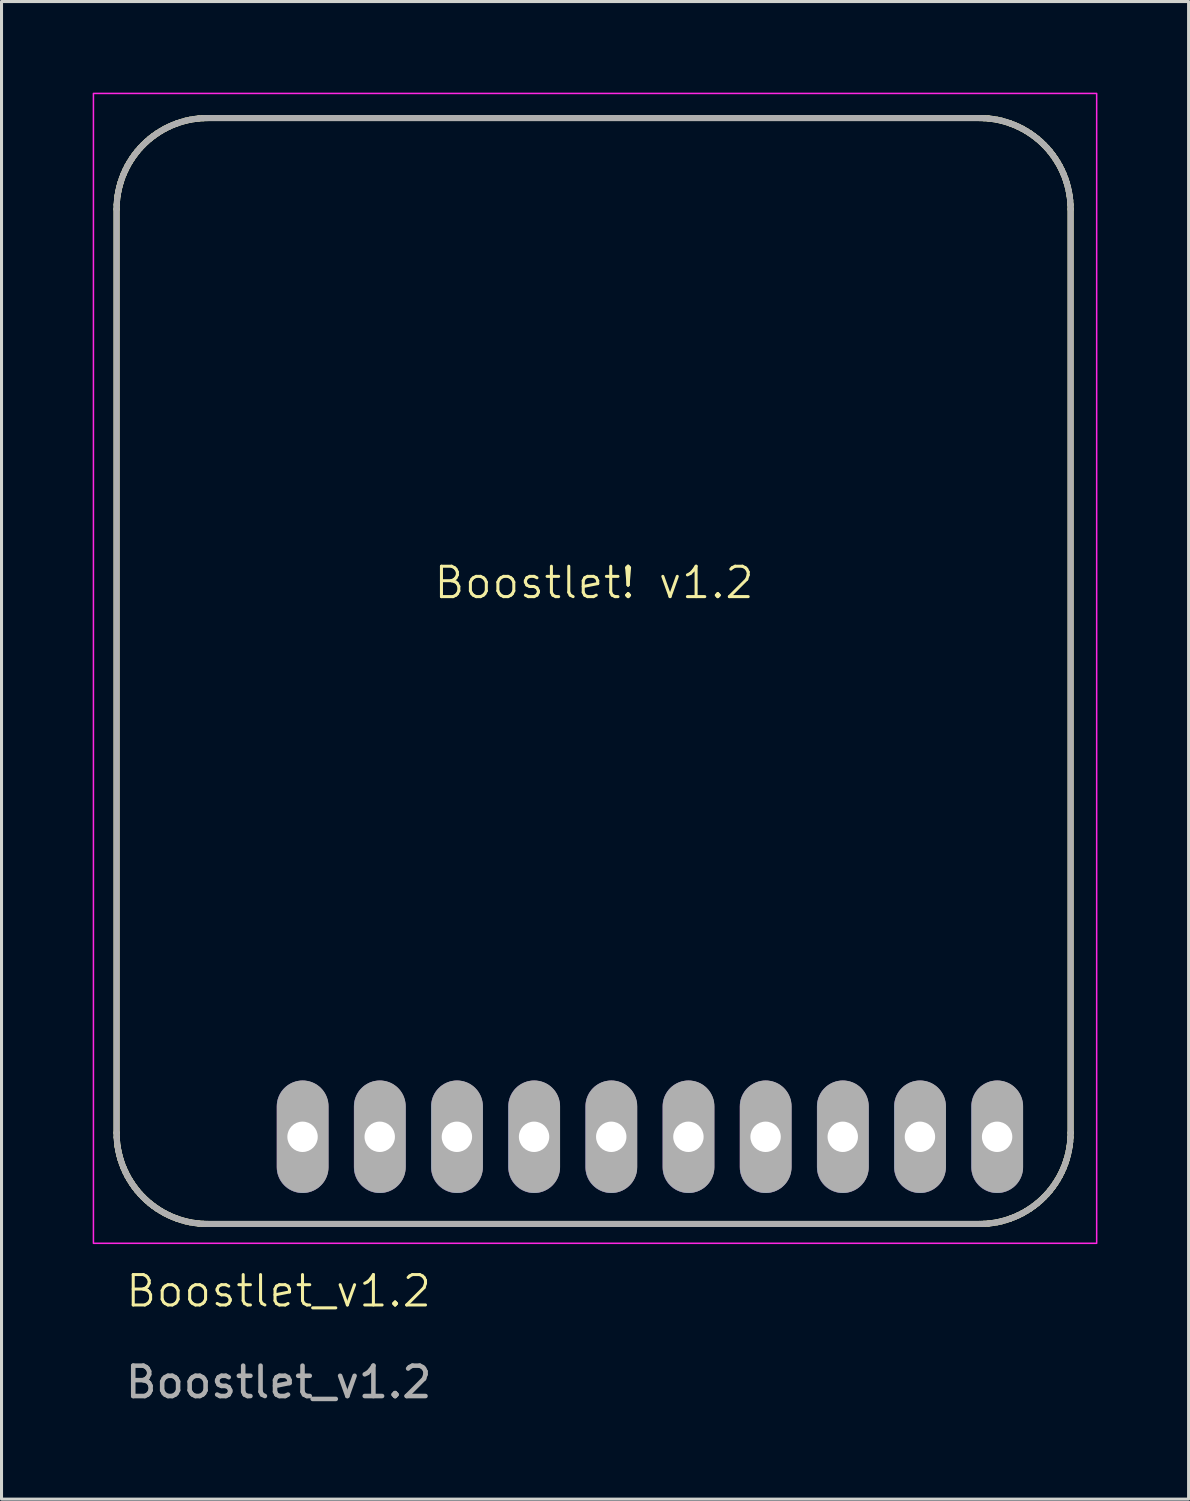
<source format=kicad_pcb>
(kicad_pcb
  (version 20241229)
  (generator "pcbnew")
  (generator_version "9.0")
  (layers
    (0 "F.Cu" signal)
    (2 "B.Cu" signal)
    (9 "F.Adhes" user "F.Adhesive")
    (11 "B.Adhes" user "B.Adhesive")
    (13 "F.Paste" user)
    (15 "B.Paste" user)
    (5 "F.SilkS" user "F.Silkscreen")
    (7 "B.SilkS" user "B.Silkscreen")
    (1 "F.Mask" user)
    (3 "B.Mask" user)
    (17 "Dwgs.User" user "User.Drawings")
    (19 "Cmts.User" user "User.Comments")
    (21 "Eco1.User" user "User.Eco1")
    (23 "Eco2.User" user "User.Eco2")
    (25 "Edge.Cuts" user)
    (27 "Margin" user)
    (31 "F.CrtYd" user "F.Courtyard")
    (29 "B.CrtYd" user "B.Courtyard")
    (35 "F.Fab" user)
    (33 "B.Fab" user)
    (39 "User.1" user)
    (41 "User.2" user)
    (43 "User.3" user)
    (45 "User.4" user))
  (footprint "Boostlet_v1.2"
    (layer "F.Cu")
    (at 16.281 17.805)
    (property "Reference" "Boostlet_v1.2" (at -10.16 21.638 0) (unlocked yes) (layer "F.SilkS") (effects (font (size 1 1) (thickness 0.1))))
    (attr smd)
    (fp_line (start -15.494 -13.97) (end -15.494 16.43) (stroke (width 0.2) (type solid) (color 194 194 0 1)) (layer "F.SilkS"))
    (fp_line (start -15.494 16.43) (end -15.49 16.579) (stroke (width 0.2) (type solid) (color 194 194 0 1)) (layer "F.SilkS"))
    (fp_line (start -15.49 -14.119) (end -15.494 -13.97) (stroke (width 0.2) (type solid) (color 194 194 0 1)) (layer "F.SilkS"))
    (fp_line (start -15.49 16.579) (end -15.479 16.727) (stroke (width 0.2) (type solid) (color 194 194 0 1)) (layer "F.SilkS"))
    (fp_line (start -15.479 -14.267) (end -15.49 -14.119) (stroke (width 0.2) (type solid) (color 194 194 0 1)) (layer "F.SilkS"))
    (fp_line (start -15.479 16.727) (end -15.461 16.873) (stroke (width 0.2) (type solid) (color 194 194 0 1)) (layer "F.SilkS"))
    (fp_line (start -15.461 -14.413) (end -15.479 -14.267) (stroke (width 0.2) (type solid) (color 194 194 0 1)) (layer "F.SilkS"))
    (fp_line (start -15.461 16.873) (end -15.436 17.018) (stroke (width 0.2) (type solid) (color 194 194 0 1)) (layer "F.SilkS"))
    (fp_line (start -15.436 -14.558) (end -15.461 -14.413) (stroke (width 0.2) (type solid) (color 194 194 0 1)) (layer "F.SilkS"))
    (fp_line (start -15.436 17.018) (end -15.404 17.161) (stroke (width 0.2) (type solid) (color 194 194 0 1)) (layer "F.SilkS"))
    (fp_line (start -15.404 -14.701) (end -15.436 -14.558) (stroke (width 0.2) (type solid) (color 194 194 0 1)) (layer "F.SilkS"))
    (fp_line (start -15.404 17.161) (end -15.364 17.303) (stroke (width 0.2) (type solid) (color 194 194 0 1)) (layer "F.SilkS"))
    (fp_line (start -15.364 -14.843) (end -15.404 -14.701) (stroke (width 0.2) (type solid) (color 194 194 0 1)) (layer "F.SilkS"))
    (fp_line (start -15.364 17.303) (end -15.318 17.442) (stroke (width 0.2) (type solid) (color 194 194 0 1)) (layer "F.SilkS"))
    (fp_line (start -15.318 -14.982) (end -15.364 -14.843) (stroke (width 0.2) (type solid) (color 194 194 0 1)) (layer "F.SilkS"))
    (fp_line (start -15.318 17.442) (end -15.266 17.578) (stroke (width 0.2) (type solid) (color 194 194 0 1)) (layer "F.SilkS"))
    (fp_line (start -15.266 -15.118) (end -15.318 -14.982) (stroke (width 0.2) (type solid) (color 194 194 0 1)) (layer "F.SilkS"))
    (fp_line (start -15.266 17.578) (end -15.206 17.712) (stroke (width 0.2) (type solid) (color 194 194 0 1)) (layer "F.SilkS"))
    (fp_line (start -15.206 -15.252) (end -15.266 -15.118) (stroke (width 0.2) (type solid) (color 194 194 0 1)) (layer "F.SilkS"))
    (fp_line (start -15.206 17.712) (end -15.141 17.843) (stroke (width 0.2) (type solid) (color 194 194 0 1)) (layer "F.SilkS"))
    (fp_line (start -15.141 -15.383) (end -15.206 -15.252) (stroke (width 0.2) (type solid) (color 194 194 0 1)) (layer "F.SilkS"))
    (fp_line (start -15.141 17.843) (end -15.068 17.97) (stroke (width 0.2) (type solid) (color 194 194 0 1)) (layer "F.SilkS"))
    (fp_line (start -15.068 -15.51) (end -15.141 -15.383) (stroke (width 0.2) (type solid) (color 194 194 0 1)) (layer "F.SilkS"))
    (fp_line (start -15.068 17.97) (end -14.99 18.094) (stroke (width 0.2) (type solid) (color 194 194 0 1)) (layer "F.SilkS"))
    (fp_line (start -14.99 -15.634) (end -15.068 -15.51) (stroke (width 0.2) (type solid) (color 194 194 0 1)) (layer "F.SilkS"))
    (fp_line (start -14.99 18.094) (end -14.905 18.215) (stroke (width 0.2) (type solid) (color 194 194 0 1)) (layer "F.SilkS"))
    (fp_line (start -14.905 -15.755) (end -14.99 -15.634) (stroke (width 0.2) (type solid) (color 194 194 0 1)) (layer "F.SilkS"))
    (fp_line (start -14.905 18.215) (end -14.815 18.331) (stroke (width 0.2) (type solid) (color 194 194 0 1)) (layer "F.SilkS"))
    (fp_line (start -14.815 -15.871) (end -14.905 -15.755) (stroke (width 0.2) (type solid) (color 194 194 0 1)) (layer "F.SilkS"))
    (fp_line (start -14.815 18.331) (end -14.718 18.444) (stroke (width 0.2) (type solid) (color 194 194 0 1)) (layer "F.SilkS"))
    (fp_line (start -14.718 -15.984) (end -14.815 -15.871) (stroke (width 0.2) (type solid) (color 194 194 0 1)) (layer "F.SilkS"))
    (fp_line (start -14.718 18.444) (end -14.615 18.551) (stroke (width 0.2) (type solid) (color 194 194 0 1)) (layer "F.SilkS"))
    (fp_line (start -14.615 -16.091) (end -14.718 -15.984) (stroke (width 0.2) (type solid) (color 194 194 0 1)) (layer "F.SilkS"))
    (fp_line (start -14.615 18.551) (end -14.508 18.654) (stroke (width 0.2) (type solid) (color 194 194 0 1)) (layer "F.SilkS"))
    (fp_line (start -14.508 -16.194) (end -14.615 -16.091) (stroke (width 0.2) (type solid) (color 194 194 0 1)) (layer "F.SilkS"))
    (fp_line (start -14.508 18.654) (end -14.395 18.751) (stroke (width 0.2) (type solid) (color 194 194 0 1)) (layer "F.SilkS"))
    (fp_line (start -14.395 -16.291) (end -14.508 -16.194) (stroke (width 0.2) (type solid) (color 194 194 0 1)) (layer "F.SilkS"))
    (fp_line (start -14.395 18.751) (end -14.279 18.841) (stroke (width 0.2) (type solid) (color 194 194 0 1)) (layer "F.SilkS"))
    (fp_line (start -14.279 -16.381) (end -14.395 -16.291) (stroke (width 0.2) (type solid) (color 194 194 0 1)) (layer "F.SilkS"))
    (fp_line (start -14.279 18.841) (end -14.158 18.926) (stroke (width 0.2) (type solid) (color 194 194 0 1)) (layer "F.SilkS"))
    (fp_line (start -14.158 -16.466) (end -14.279 -16.381) (stroke (width 0.2) (type solid) (color 194 194 0 1)) (layer "F.SilkS"))
    (fp_line (start -14.158 18.926) (end -14.034 19.004) (stroke (width 0.2) (type solid) (color 194 194 0 1)) (layer "F.SilkS"))
    (fp_line (start -14.034 -16.544) (end -14.158 -16.466) (stroke (width 0.2) (type solid) (color 194 194 0 1)) (layer "F.SilkS"))
    (fp_line (start -14.034 19.004) (end -13.907 19.077) (stroke (width 0.2) (type solid) (color 194 194 0 1)) (layer "F.SilkS"))
    (fp_line (start -13.907 -16.617) (end -14.034 -16.544) (stroke (width 0.2) (type solid) (color 194 194 0 1)) (layer "F.SilkS"))
    (fp_line (start -13.907 19.077) (end -13.776 19.142) (stroke (width 0.2) (type solid) (color 194 194 0 1)) (layer "F.SilkS"))
    (fp_line (start -13.776 -16.682) (end -13.907 -16.617) (stroke (width 0.2) (type solid) (color 194 194 0 1)) (layer "F.SilkS"))
    (fp_line (start -13.776 19.142) (end -13.642 19.202) (stroke (width 0.2) (type solid) (color 194 194 0 1)) (layer "F.SilkS"))
    (fp_line (start -13.642 -16.742) (end -13.776 -16.682) (stroke (width 0.2) (type solid) (color 194 194 0 1)) (layer "F.SilkS"))
    (fp_line (start -13.642 19.202) (end -13.506 19.254) (stroke (width 0.2) (type solid) (color 194 194 0 1)) (layer "F.SilkS"))
    (fp_line (start -13.506 -16.794) (end -13.642 -16.742) (stroke (width 0.2) (type solid) (color 194 194 0 1)) (layer "F.SilkS"))
    (fp_line (start -13.506 19.254) (end -13.367 19.3) (stroke (width 0.2) (type solid) (color 194 194 0 1)) (layer "F.SilkS"))
    (fp_line (start -13.367 -16.84) (end -13.506 -16.794) (stroke (width 0.2) (type solid) (color 194 194 0 1)) (layer "F.SilkS"))
    (fp_line (start -13.367 19.3) (end -13.225 19.34) (stroke (width 0.2) (type solid) (color 194 194 0 1)) (layer "F.SilkS"))
    (fp_line (start -13.225 -16.88) (end -13.367 -16.84) (stroke (width 0.2) (type solid) (color 194 194 0 1)) (layer "F.SilkS"))
    (fp_line (start -13.225 19.34) (end -13.082 19.372) (stroke (width 0.2) (type solid) (color 194 194 0 1)) (layer "F.SilkS"))
    (fp_line (start -13.082 -16.912) (end -13.225 -16.88) (stroke (width 0.2) (type solid) (color 194 194 0 1)) (layer "F.SilkS"))
    (fp_line (start -13.082 19.372) (end -12.937 19.397) (stroke (width 0.2) (type solid) (color 194 194 0 1)) (layer "F.SilkS"))
    (fp_line (start -12.937 -16.937) (end -13.082 -16.912) (stroke (width 0.2) (type solid) (color 194 194 0 1)) (layer "F.SilkS"))
    (fp_line (start -12.937 19.397) (end -12.791 19.415) (stroke (width 0.2) (type solid) (color 194 194 0 1)) (layer "F.SilkS"))
    (fp_line (start -12.791 -16.955) (end -12.937 -16.937) (stroke (width 0.2) (type solid) (color 194 194 0 1)) (layer "F.SilkS"))
    (fp_line (start -12.791 19.415) (end -12.643 19.426) (stroke (width 0.2) (type solid) (color 194 194 0 1)) (layer "F.SilkS"))
    (fp_line (start -12.643 -16.966) (end -12.791 -16.955) (stroke (width 0.2) (type solid) (color 194 194 0 1)) (layer "F.SilkS"))
    (fp_line (start -12.643 19.426) (end -12.494 19.43) (stroke (width 0.2) (type solid) (color 194 194 0 1)) (layer "F.SilkS"))
    (fp_line (start -12.494 -16.97) (end -12.643 -16.966) (stroke (width 0.2) (type solid) (color 194 194 0 1)) (layer "F.SilkS"))
    (fp_line (start -12.494 19.43) (end 12.906 19.43) (stroke (width 0.2) (type solid) (color 194 194 0 1)) (layer "F.SilkS"))
    (fp_line (start 12.906 -16.97) (end -12.494 -16.97) (stroke (width 0.2) (type solid) (color 194 194 0 1)) (layer "F.SilkS"))
    (fp_line (start 12.906 19.43) (end 13.055 19.426) (stroke (width 0.2) (type solid) (color 194 194 0 1)) (layer "F.SilkS"))
    (fp_line (start 13.055 -16.966) (end 12.906 -16.97) (stroke (width 0.2) (type solid) (color 194 194 0 1)) (layer "F.SilkS"))
    (fp_line (start 13.055 19.426) (end 13.203 19.415) (stroke (width 0.2) (type solid) (color 194 194 0 1)) (layer "F.SilkS"))
    (fp_line (start 13.203 -16.955) (end 13.055 -16.966) (stroke (width 0.2) (type solid) (color 194 194 0 1)) (layer "F.SilkS"))
    (fp_line (start 13.203 19.415) (end 13.349 19.397) (stroke (width 0.2) (type solid) (color 194 194 0 1)) (layer "F.SilkS"))
    (fp_line (start 13.349 -16.937) (end 13.203 -16.955) (stroke (width 0.2) (type solid) (color 194 194 0 1)) (layer "F.SilkS"))
    (fp_line (start 13.349 19.397) (end 13.494 19.372) (stroke (width 0.2) (type solid) (color 194 194 0 1)) (layer "F.SilkS"))
    (fp_line (start 13.494 -16.912) (end 13.349 -16.937) (stroke (width 0.2) (type solid) (color 194 194 0 1)) (layer "F.SilkS"))
    (fp_line (start 13.494 19.372) (end 13.637 19.34) (stroke (width 0.2) (type solid) (color 194 194 0 1)) (layer "F.SilkS"))
    (fp_line (start 13.637 -16.88) (end 13.494 -16.912) (stroke (width 0.2) (type solid) (color 194 194 0 1)) (layer "F.SilkS"))
    (fp_line (start 13.637 19.34) (end 13.779 19.3) (stroke (width 0.2) (type solid) (color 194 194 0 1)) (layer "F.SilkS"))
    (fp_line (start 13.779 -16.84) (end 13.637 -16.88) (stroke (width 0.2) (type solid) (color 194 194 0 1)) (layer "F.SilkS"))
    (fp_line (start 13.779 19.3) (end 13.918 19.254) (stroke (width 0.2) (type solid) (color 194 194 0 1)) (layer "F.SilkS"))
    (fp_line (start 13.918 -16.794) (end 13.779 -16.84) (stroke (width 0.2) (type solid) (color 194 194 0 1)) (layer "F.SilkS"))
    (fp_line (start 13.918 19.254) (end 14.054 19.202) (stroke (width 0.2) (type solid) (color 194 194 0 1)) (layer "F.SilkS"))
    (fp_line (start 14.054 -16.742) (end 13.918 -16.794) (stroke (width 0.2) (type solid) (color 194 194 0 1)) (layer "F.SilkS"))
    (fp_line (start 14.054 19.202) (end 14.188 19.142) (stroke (width 0.2) (type solid) (color 194 194 0 1)) (layer "F.SilkS"))
    (fp_line (start 14.188 -16.682) (end 14.054 -16.742) (stroke (width 0.2) (type solid) (color 194 194 0 1)) (layer "F.SilkS"))
    (fp_line (start 14.188 19.142) (end 14.319 19.077) (stroke (width 0.2) (type solid) (color 194 194 0 1)) (layer "F.SilkS"))
    (fp_line (start 14.319 -16.617) (end 14.188 -16.682) (stroke (width 0.2) (type solid) (color 194 194 0 1)) (layer "F.SilkS"))
    (fp_line (start 14.319 19.077) (end 14.446 19.004) (stroke (width 0.2) (type solid) (color 194 194 0 1)) (layer "F.SilkS"))
    (fp_line (start 14.446 -16.544) (end 14.319 -16.617) (stroke (width 0.2) (type solid) (color 194 194 0 1)) (layer "F.SilkS"))
    (fp_line (start 14.446 19.004) (end 14.57 18.926) (stroke (width 0.2) (type solid) (color 194 194 0 1)) (layer "F.SilkS"))
    (fp_line (start 14.57 -16.466) (end 14.446 -16.544) (stroke (width 0.2) (type solid) (color 194 194 0 1)) (layer "F.SilkS"))
    (fp_line (start 14.57 18.926) (end 14.691 18.841) (stroke (width 0.2) (type solid) (color 194 194 0 1)) (layer "F.SilkS"))
    (fp_line (start 14.691 -16.381) (end 14.57 -16.466) (stroke (width 0.2) (type solid) (color 194 194 0 1)) (layer "F.SilkS"))
    (fp_line (start 14.691 18.841) (end 14.807 18.751) (stroke (width 0.2) (type solid) (color 194 194 0 1)) (layer "F.SilkS"))
    (fp_line (start 14.807 -16.291) (end 14.691 -16.381) (stroke (width 0.2) (type solid) (color 194 194 0 1)) (layer "F.SilkS"))
    (fp_line (start 14.807 18.751) (end 14.92 18.654) (stroke (width 0.2) (type solid) (color 194 194 0 1)) (layer "F.SilkS"))
    (fp_line (start 14.92 -16.194) (end 14.807 -16.291) (stroke (width 0.2) (type solid) (color 194 194 0 1)) (layer "F.SilkS"))
    (fp_line (start 14.92 18.654) (end 15.027 18.551) (stroke (width 0.2) (type solid) (color 194 194 0 1)) (layer "F.SilkS"))
    (fp_line (start 15.027 -16.091) (end 14.92 -16.194) (stroke (width 0.2) (type solid) (color 194 194 0 1)) (layer "F.SilkS"))
    (fp_line (start 15.027 18.551) (end 15.13 18.444) (stroke (width 0.2) (type solid) (color 194 194 0 1)) (layer "F.SilkS"))
    (fp_line (start 15.13 -15.984) (end 15.027 -16.091) (stroke (width 0.2) (type solid) (color 194 194 0 1)) (layer "F.SilkS"))
    (fp_line (start 15.13 18.444) (end 15.227 18.331) (stroke (width 0.2) (type solid) (color 194 194 0 1)) (layer "F.SilkS"))
    (fp_line (start 15.227 -15.871) (end 15.13 -15.984) (stroke (width 0.2) (type solid) (color 194 194 0 1)) (layer "F.SilkS"))
    (fp_line (start 15.227 18.331) (end 15.317 18.215) (stroke (width 0.2) (type solid) (color 194 194 0 1)) (layer "F.SilkS"))
    (fp_line (start 15.317 -15.755) (end 15.227 -15.871) (stroke (width 0.2) (type solid) (color 194 194 0 1)) (layer "F.SilkS"))
    (fp_line (start 15.317 18.215) (end 15.402 18.094) (stroke (width 0.2) (type solid) (color 194 194 0 1)) (layer "F.SilkS"))
    (fp_line (start 15.402 -15.634) (end 15.317 -15.755) (stroke (width 0.2) (type solid) (color 194 194 0 1)) (layer "F.SilkS"))
    (fp_line (start 15.402 18.094) (end 15.48 17.97) (stroke (width 0.2) (type solid) (color 194 194 0 1)) (layer "F.SilkS"))
    (fp_line (start 15.48 -15.51) (end 15.402 -15.634) (stroke (width 0.2) (type solid) (color 194 194 0 1)) (layer "F.SilkS"))
    (fp_line (start 15.48 17.97) (end 15.553 17.843) (stroke (width 0.2) (type solid) (color 194 194 0 1)) (layer "F.SilkS"))
    (fp_line (start 15.553 -15.383) (end 15.48 -15.51) (stroke (width 0.2) (type solid) (color 194 194 0 1)) (layer "F.SilkS"))
    (fp_line (start 15.553 17.843) (end 15.618 17.712) (stroke (width 0.2) (type solid) (color 194 194 0 1)) (layer "F.SilkS"))
    (fp_line (start 15.618 -15.252) (end 15.553 -15.383) (stroke (width 0.2) (type solid) (color 194 194 0 1)) (layer "F.SilkS"))
    (fp_line (start 15.618 17.712) (end 15.678 17.578) (stroke (width 0.2) (type solid) (color 194 194 0 1)) (layer "F.SilkS"))
    (fp_line (start 15.678 -15.118) (end 15.618 -15.252) (stroke (width 0.2) (type solid) (color 194 194 0 1)) (layer "F.SilkS"))
    (fp_line (start 15.678 17.578) (end 15.73 17.442) (stroke (width 0.2) (type solid) (color 194 194 0 1)) (layer "F.SilkS"))
    (fp_line (start 15.73 -14.982) (end 15.678 -15.118) (stroke (width 0.2) (type solid) (color 194 194 0 1)) (layer "F.SilkS"))
    (fp_line (start 15.73 17.442) (end 15.776 17.303) (stroke (width 0.2) (type solid) (color 194 194 0 1)) (layer "F.SilkS"))
    (fp_line (start 15.776 -14.843) (end 15.73 -14.982) (stroke (width 0.2) (type solid) (color 194 194 0 1)) (layer "F.SilkS"))
    (fp_line (start 15.776 17.303) (end 15.816 17.161) (stroke (width 0.2) (type solid) (color 194 194 0 1)) (layer "F.SilkS"))
    (fp_line (start 15.816 -14.701) (end 15.776 -14.843) (stroke (width 0.2) (type solid) (color 194 194 0 1)) (layer "F.SilkS"))
    (fp_line (start 15.816 17.161) (end 15.848 17.018) (stroke (width 0.2) (type solid) (color 194 194 0 1)) (layer "F.SilkS"))
    (fp_line (start 15.848 -14.558) (end 15.816 -14.701) (stroke (width 0.2) (type solid) (color 194 194 0 1)) (layer "F.SilkS"))
    (fp_line (start 15.848 17.018) (end 15.873 16.873) (stroke (width 0.2) (type solid) (color 194 194 0 1)) (layer "F.SilkS"))
    (fp_line (start 15.873 -14.413) (end 15.848 -14.558) (stroke (width 0.2) (type solid) (color 194 194 0 1)) (layer "F.SilkS"))
    (fp_line (start 15.873 16.873) (end 15.891 16.727) (stroke (width 0.2) (type solid) (color 194 194 0 1)) (layer "F.SilkS"))
    (fp_line (start 15.891 -14.267) (end 15.873 -14.413) (stroke (width 0.2) (type solid) (color 194 194 0 1)) (layer "F.SilkS"))
    (fp_line (start 15.891 16.727) (end 15.902 16.579) (stroke (width 0.2) (type solid) (color 194 194 0 1)) (layer "F.SilkS"))
    (fp_line (start 15.902 -14.119) (end 15.891 -14.267) (stroke (width 0.2) (type solid) (color 194 194 0 1)) (layer "F.SilkS"))
    (fp_line (start 15.902 16.579) (end 15.906 16.43) (stroke (width 0.2) (type solid) (color 194 194 0 1)) (layer "F.SilkS"))
    (fp_line (start 15.906 -13.97) (end 15.902 -14.119) (stroke (width 0.2) (type solid) (color 194 194 0 1)) (layer "F.SilkS"))
    (fp_line (start 15.906 16.43) (end 15.906 -13.97) (stroke (width 0.2) (type solid) (color 194 194 0 1)) (layer "F.SilkS"))
    (fp_rect (start -16.256 -17.78) (end 16.764 20.066) (stroke (width 0.05) (type default)) (fill no) (layer "F.CrtYd"))
    (fp_line (start -15.494 -13.97) (end -15.494 16.43) (stroke (width 0.2) (type solid) (color 194 194 0 1)) (layer "F.Fab"))
    (fp_line (start -15.494 16.43) (end -15.49 16.579) (stroke (width 0.2) (type solid) (color 194 194 0 1)) (layer "F.Fab"))
    (fp_line (start -15.49 -14.119) (end -15.494 -13.97) (stroke (width 0.2) (type solid) (color 194 194 0 1)) (layer "F.Fab"))
    (fp_line (start -15.49 16.579) (end -15.479 16.727) (stroke (width 0.2) (type solid) (color 194 194 0 1)) (layer "F.Fab"))
    (fp_line (start -15.479 -14.267) (end -15.49 -14.119) (stroke (width 0.2) (type solid) (color 194 194 0 1)) (layer "F.Fab"))
    (fp_line (start -15.479 16.727) (end -15.461 16.873) (stroke (width 0.2) (type solid) (color 194 194 0 1)) (layer "F.Fab"))
    (fp_line (start -15.461 -14.413) (end -15.479 -14.267) (stroke (width 0.2) (type solid) (color 194 194 0 1)) (layer "F.Fab"))
    (fp_line (start -15.461 16.873) (end -15.436 17.018) (stroke (width 0.2) (type solid) (color 194 194 0 1)) (layer "F.Fab"))
    (fp_line (start -15.436 -14.558) (end -15.461 -14.413) (stroke (width 0.2) (type solid) (color 194 194 0 1)) (layer "F.Fab"))
    (fp_line (start -15.436 17.018) (end -15.404 17.161) (stroke (width 0.2) (type solid) (color 194 194 0 1)) (layer "F.Fab"))
    (fp_line (start -15.404 -14.701) (end -15.436 -14.558) (stroke (width 0.2) (type solid) (color 194 194 0 1)) (layer "F.Fab"))
    (fp_line (start -15.404 17.161) (end -15.364 17.303) (stroke (width 0.2) (type solid) (color 194 194 0 1)) (layer "F.Fab"))
    (fp_line (start -15.364 -14.843) (end -15.404 -14.701) (stroke (width 0.2) (type solid) (color 194 194 0 1)) (layer "F.Fab"))
    (fp_line (start -15.364 17.303) (end -15.318 17.442) (stroke (width 0.2) (type solid) (color 194 194 0 1)) (layer "F.Fab"))
    (fp_line (start -15.318 -14.982) (end -15.364 -14.843) (stroke (width 0.2) (type solid) (color 194 194 0 1)) (layer "F.Fab"))
    (fp_line (start -15.318 17.442) (end -15.266 17.578) (stroke (width 0.2) (type solid) (color 194 194 0 1)) (layer "F.Fab"))
    (fp_line (start -15.266 -15.118) (end -15.318 -14.982) (stroke (width 0.2) (type solid) (color 194 194 0 1)) (layer "F.Fab"))
    (fp_line (start -15.266 17.578) (end -15.206 17.712) (stroke (width 0.2) (type solid) (color 194 194 0 1)) (layer "F.Fab"))
    (fp_line (start -15.206 -15.252) (end -15.266 -15.118) (stroke (width 0.2) (type solid) (color 194 194 0 1)) (layer "F.Fab"))
    (fp_line (start -15.206 17.712) (end -15.141 17.843) (stroke (width 0.2) (type solid) (color 194 194 0 1)) (layer "F.Fab"))
    (fp_line (start -15.141 -15.383) (end -15.206 -15.252) (stroke (width 0.2) (type solid) (color 194 194 0 1)) (layer "F.Fab"))
    (fp_line (start -15.141 17.843) (end -15.068 17.97) (stroke (width 0.2) (type solid) (color 194 194 0 1)) (layer "F.Fab"))
    (fp_line (start -15.068 -15.51) (end -15.141 -15.383) (stroke (width 0.2) (type solid) (color 194 194 0 1)) (layer "F.Fab"))
    (fp_line (start -15.068 17.97) (end -14.99 18.094) (stroke (width 0.2) (type solid) (color 194 194 0 1)) (layer "F.Fab"))
    (fp_line (start -14.99 -15.634) (end -15.068 -15.51) (stroke (width 0.2) (type solid) (color 194 194 0 1)) (layer "F.Fab"))
    (fp_line (start -14.99 18.094) (end -14.905 18.215) (stroke (width 0.2) (type solid) (color 194 194 0 1)) (layer "F.Fab"))
    (fp_line (start -14.905 -15.755) (end -14.99 -15.634) (stroke (width 0.2) (type solid) (color 194 194 0 1)) (layer "F.Fab"))
    (fp_line (start -14.905 18.215) (end -14.815 18.331) (stroke (width 0.2) (type solid) (color 194 194 0 1)) (layer "F.Fab"))
    (fp_line (start -14.815 -15.871) (end -14.905 -15.755) (stroke (width 0.2) (type solid) (color 194 194 0 1)) (layer "F.Fab"))
    (fp_line (start -14.815 18.331) (end -14.718 18.444) (stroke (width 0.2) (type solid) (color 194 194 0 1)) (layer "F.Fab"))
    (fp_line (start -14.718 -15.984) (end -14.815 -15.871) (stroke (width 0.2) (type solid) (color 194 194 0 1)) (layer "F.Fab"))
    (fp_line (start -14.718 18.444) (end -14.615 18.551) (stroke (width 0.2) (type solid) (color 194 194 0 1)) (layer "F.Fab"))
    (fp_line (start -14.615 -16.091) (end -14.718 -15.984) (stroke (width 0.2) (type solid) (color 194 194 0 1)) (layer "F.Fab"))
    (fp_line (start -14.615 18.551) (end -14.508 18.654) (stroke (width 0.2) (type solid) (color 194 194 0 1)) (layer "F.Fab"))
    (fp_line (start -14.508 -16.194) (end -14.615 -16.091) (stroke (width 0.2) (type solid) (color 194 194 0 1)) (layer "F.Fab"))
    (fp_line (start -14.508 18.654) (end -14.395 18.751) (stroke (width 0.2) (type solid) (color 194 194 0 1)) (layer "F.Fab"))
    (fp_line (start -14.395 -16.291) (end -14.508 -16.194) (stroke (width 0.2) (type solid) (color 194 194 0 1)) (layer "F.Fab"))
    (fp_line (start -14.395 18.751) (end -14.279 18.841) (stroke (width 0.2) (type solid) (color 194 194 0 1)) (layer "F.Fab"))
    (fp_line (start -14.279 -16.381) (end -14.395 -16.291) (stroke (width 0.2) (type solid) (color 194 194 0 1)) (layer "F.Fab"))
    (fp_line (start -14.279 18.841) (end -14.158 18.926) (stroke (width 0.2) (type solid) (color 194 194 0 1)) (layer "F.Fab"))
    (fp_line (start -14.158 -16.466) (end -14.279 -16.381) (stroke (width 0.2) (type solid) (color 194 194 0 1)) (layer "F.Fab"))
    (fp_line (start -14.158 18.926) (end -14.034 19.004) (stroke (width 0.2) (type solid) (color 194 194 0 1)) (layer "F.Fab"))
    (fp_line (start -14.034 -16.544) (end -14.158 -16.466) (stroke (width 0.2) (type solid) (color 194 194 0 1)) (layer "F.Fab"))
    (fp_line (start -14.034 19.004) (end -13.907 19.077) (stroke (width 0.2) (type solid) (color 194 194 0 1)) (layer "F.Fab"))
    (fp_line (start -13.907 -16.617) (end -14.034 -16.544) (stroke (width 0.2) (type solid) (color 194 194 0 1)) (layer "F.Fab"))
    (fp_line (start -13.907 19.077) (end -13.776 19.142) (stroke (width 0.2) (type solid) (color 194 194 0 1)) (layer "F.Fab"))
    (fp_line (start -13.776 -16.682) (end -13.907 -16.617) (stroke (width 0.2) (type solid) (color 194 194 0 1)) (layer "F.Fab"))
    (fp_line (start -13.776 19.142) (end -13.642 19.202) (stroke (width 0.2) (type solid) (color 194 194 0 1)) (layer "F.Fab"))
    (fp_line (start -13.642 -16.742) (end -13.776 -16.682) (stroke (width 0.2) (type solid) (color 194 194 0 1)) (layer "F.Fab"))
    (fp_line (start -13.642 19.202) (end -13.506 19.254) (stroke (width 0.2) (type solid) (color 194 194 0 1)) (layer "F.Fab"))
    (fp_line (start -13.506 -16.794) (end -13.642 -16.742) (stroke (width 0.2) (type solid) (color 194 194 0 1)) (layer "F.Fab"))
    (fp_line (start -13.506 19.254) (end -13.367 19.3) (stroke (width 0.2) (type solid) (color 194 194 0 1)) (layer "F.Fab"))
    (fp_line (start -13.367 -16.84) (end -13.506 -16.794) (stroke (width 0.2) (type solid) (color 194 194 0 1)) (layer "F.Fab"))
    (fp_line (start -13.367 19.3) (end -13.225 19.34) (stroke (width 0.2) (type solid) (color 194 194 0 1)) (layer "F.Fab"))
    (fp_line (start -13.225 -16.88) (end -13.367 -16.84) (stroke (width 0.2) (type solid) (color 194 194 0 1)) (layer "F.Fab"))
    (fp_line (start -13.225 19.34) (end -13.082 19.372) (stroke (width 0.2) (type solid) (color 194 194 0 1)) (layer "F.Fab"))
    (fp_line (start -13.082 -16.912) (end -13.225 -16.88) (stroke (width 0.2) (type solid) (color 194 194 0 1)) (layer "F.Fab"))
    (fp_line (start -13.082 19.372) (end -12.937 19.397) (stroke (width 0.2) (type solid) (color 194 194 0 1)) (layer "F.Fab"))
    (fp_line (start -12.937 -16.937) (end -13.082 -16.912) (stroke (width 0.2) (type solid) (color 194 194 0 1)) (layer "F.Fab"))
    (fp_line (start -12.937 19.397) (end -12.791 19.415) (stroke (width 0.2) (type solid) (color 194 194 0 1)) (layer "F.Fab"))
    (fp_line (start -12.791 -16.955) (end -12.937 -16.937) (stroke (width 0.2) (type solid) (color 194 194 0 1)) (layer "F.Fab"))
    (fp_line (start -12.791 19.415) (end -12.643 19.426) (stroke (width 0.2) (type solid) (color 194 194 0 1)) (layer "F.Fab"))
    (fp_line (start -12.643 -16.966) (end -12.791 -16.955) (stroke (width 0.2) (type solid) (color 194 194 0 1)) (layer "F.Fab"))
    (fp_line (start -12.643 19.426) (end -12.494 19.43) (stroke (width 0.2) (type solid) (color 194 194 0 1)) (layer "F.Fab"))
    (fp_line (start -12.494 -16.97) (end -12.643 -16.966) (stroke (width 0.2) (type solid) (color 194 194 0 1)) (layer "F.Fab"))
    (fp_line (start -12.494 19.43) (end 12.906 19.43) (stroke (width 0.2) (type solid) (color 194 194 0 1)) (layer "F.Fab"))
    (fp_line (start -9.367 17.557) (end -9.367 15.557) (stroke (width 1.7) (type solid) (color 132 0 0 1)) (layer "F.Fab"))
    (fp_line (start -6.827 17.557) (end -6.827 15.557) (stroke (width 1.7) (type solid) (color 132 0 0 1)) (layer "F.Fab"))
    (fp_line (start -4.287 17.557) (end -4.287 15.557) (stroke (width 1.7) (type solid) (color 132 0 0 1)) (layer "F.Fab"))
    (fp_line (start -1.747 17.557) (end -1.747 15.557) (stroke (width 1.7) (type solid) (color 132 0 0 1)) (layer "F.Fab"))
    (fp_line (start 0.793 17.557) (end 0.793 15.557) (stroke (width 1.7) (type solid) (color 132 0 0 1)) (layer "F.Fab"))
    (fp_line (start 3.333 17.557) (end 3.333 15.557) (stroke (width 1.7) (type solid) (color 132 0 0 1)) (layer "F.Fab"))
    (fp_line (start 5.873 17.557) (end 5.873 15.557) (stroke (width 1.7) (type solid) (color 132 0 0 1)) (layer "F.Fab"))
    (fp_line (start 8.413 17.557) (end 8.413 15.557) (stroke (width 1.7) (type solid) (color 132 0 0 1)) (layer "F.Fab"))
    (fp_line (start 10.953 17.557) (end 10.953 15.557) (stroke (width 1.7) (type solid) (color 132 0 0 1)) (layer "F.Fab"))
    (fp_line (start 12.906 -16.97) (end -12.494 -16.97) (stroke (width 0.2) (type solid) (color 194 194 0 1)) (layer "F.Fab"))
    (fp_line (start 12.906 19.43) (end 13.055 19.426) (stroke (width 0.2) (type solid) (color 194 194 0 1)) (layer "F.Fab"))
    (fp_line (start 13.055 -16.966) (end 12.906 -16.97) (stroke (width 0.2) (type solid) (color 194 194 0 1)) (layer "F.Fab"))
    (fp_line (start 13.055 19.426) (end 13.203 19.415) (stroke (width 0.2) (type solid) (color 194 194 0 1)) (layer "F.Fab"))
    (fp_line (start 13.203 -16.955) (end 13.055 -16.966) (stroke (width 0.2) (type solid) (color 194 194 0 1)) (layer "F.Fab"))
    (fp_line (start 13.203 19.415) (end 13.349 19.397) (stroke (width 0.2) (type solid) (color 194 194 0 1)) (layer "F.Fab"))
    (fp_line (start 13.349 -16.937) (end 13.203 -16.955) (stroke (width 0.2) (type solid) (color 194 194 0 1)) (layer "F.Fab"))
    (fp_line (start 13.349 19.397) (end 13.494 19.372) (stroke (width 0.2) (type solid) (color 194 194 0 1)) (layer "F.Fab"))
    (fp_line (start 13.493 17.557) (end 13.493 15.557) (stroke (width 1.7) (type solid) (color 132 0 0 1)) (layer "F.Fab"))
    (fp_line (start 13.494 -16.912) (end 13.349 -16.937) (stroke (width 0.2) (type solid) (color 194 194 0 1)) (layer "F.Fab"))
    (fp_line (start 13.494 19.372) (end 13.637 19.34) (stroke (width 0.2) (type solid) (color 194 194 0 1)) (layer "F.Fab"))
    (fp_line (start 13.637 -16.88) (end 13.494 -16.912) (stroke (width 0.2) (type solid) (color 194 194 0 1)) (layer "F.Fab"))
    (fp_line (start 13.637 19.34) (end 13.779 19.3) (stroke (width 0.2) (type solid) (color 194 194 0 1)) (layer "F.Fab"))
    (fp_line (start 13.779 -16.84) (end 13.637 -16.88) (stroke (width 0.2) (type solid) (color 194 194 0 1)) (layer "F.Fab"))
    (fp_line (start 13.779 19.3) (end 13.918 19.254) (stroke (width 0.2) (type solid) (color 194 194 0 1)) (layer "F.Fab"))
    (fp_line (start 13.918 -16.794) (end 13.779 -16.84) (stroke (width 0.2) (type solid) (color 194 194 0 1)) (layer "F.Fab"))
    (fp_line (start 13.918 19.254) (end 14.054 19.202) (stroke (width 0.2) (type solid) (color 194 194 0 1)) (layer "F.Fab"))
    (fp_line (start 14.054 -16.742) (end 13.918 -16.794) (stroke (width 0.2) (type solid) (color 194 194 0 1)) (layer "F.Fab"))
    (fp_line (start 14.054 19.202) (end 14.188 19.142) (stroke (width 0.2) (type solid) (color 194 194 0 1)) (layer "F.Fab"))
    (fp_line (start 14.188 -16.682) (end 14.054 -16.742) (stroke (width 0.2) (type solid) (color 194 194 0 1)) (layer "F.Fab"))
    (fp_line (start 14.188 19.142) (end 14.319 19.077) (stroke (width 0.2) (type solid) (color 194 194 0 1)) (layer "F.Fab"))
    (fp_line (start 14.319 -16.617) (end 14.188 -16.682) (stroke (width 0.2) (type solid) (color 194 194 0 1)) (layer "F.Fab"))
    (fp_line (start 14.319 19.077) (end 14.446 19.004) (stroke (width 0.2) (type solid) (color 194 194 0 1)) (layer "F.Fab"))
    (fp_line (start 14.446 -16.544) (end 14.319 -16.617) (stroke (width 0.2) (type solid) (color 194 194 0 1)) (layer "F.Fab"))
    (fp_line (start 14.446 19.004) (end 14.57 18.926) (stroke (width 0.2) (type solid) (color 194 194 0 1)) (layer "F.Fab"))
    (fp_line (start 14.57 -16.466) (end 14.446 -16.544) (stroke (width 0.2) (type solid) (color 194 194 0 1)) (layer "F.Fab"))
    (fp_line (start 14.57 18.926) (end 14.691 18.841) (stroke (width 0.2) (type solid) (color 194 194 0 1)) (layer "F.Fab"))
    (fp_line (start 14.691 -16.381) (end 14.57 -16.466) (stroke (width 0.2) (type solid) (color 194 194 0 1)) (layer "F.Fab"))
    (fp_line (start 14.691 18.841) (end 14.807 18.751) (stroke (width 0.2) (type solid) (color 194 194 0 1)) (layer "F.Fab"))
    (fp_line (start 14.807 -16.291) (end 14.691 -16.381) (stroke (width 0.2) (type solid) (color 194 194 0 1)) (layer "F.Fab"))
    (fp_line (start 14.807 18.751) (end 14.92 18.654) (stroke (width 0.2) (type solid) (color 194 194 0 1)) (layer "F.Fab"))
    (fp_line (start 14.92 -16.194) (end 14.807 -16.291) (stroke (width 0.2) (type solid) (color 194 194 0 1)) (layer "F.Fab"))
    (fp_line (start 14.92 18.654) (end 15.027 18.551) (stroke (width 0.2) (type solid) (color 194 194 0 1)) (layer "F.Fab"))
    (fp_line (start 15.027 -16.091) (end 14.92 -16.194) (stroke (width 0.2) (type solid) (color 194 194 0 1)) (layer "F.Fab"))
    (fp_line (start 15.027 18.551) (end 15.13 18.444) (stroke (width 0.2) (type solid) (color 194 194 0 1)) (layer "F.Fab"))
    (fp_line (start 15.13 -15.984) (end 15.027 -16.091) (stroke (width 0.2) (type solid) (color 194 194 0 1)) (layer "F.Fab"))
    (fp_line (start 15.13 18.444) (end 15.227 18.331) (stroke (width 0.2) (type solid) (color 194 194 0 1)) (layer "F.Fab"))
    (fp_line (start 15.227 -15.871) (end 15.13 -15.984) (stroke (width 0.2) (type solid) (color 194 194 0 1)) (layer "F.Fab"))
    (fp_line (start 15.227 18.331) (end 15.317 18.215) (stroke (width 0.2) (type solid) (color 194 194 0 1)) (layer "F.Fab"))
    (fp_line (start 15.317 -15.755) (end 15.227 -15.871) (stroke (width 0.2) (type solid) (color 194 194 0 1)) (layer "F.Fab"))
    (fp_line (start 15.317 18.215) (end 15.402 18.094) (stroke (width 0.2) (type solid) (color 194 194 0 1)) (layer "F.Fab"))
    (fp_line (start 15.402 -15.634) (end 15.317 -15.755) (stroke (width 0.2) (type solid) (color 194 194 0 1)) (layer "F.Fab"))
    (fp_line (start 15.402 18.094) (end 15.48 17.97) (stroke (width 0.2) (type solid) (color 194 194 0 1)) (layer "F.Fab"))
    (fp_line (start 15.48 -15.51) (end 15.402 -15.634) (stroke (width 0.2) (type solid) (color 194 194 0 1)) (layer "F.Fab"))
    (fp_line (start 15.48 17.97) (end 15.553 17.843) (stroke (width 0.2) (type solid) (color 194 194 0 1)) (layer "F.Fab"))
    (fp_line (start 15.553 -15.383) (end 15.48 -15.51) (stroke (width 0.2) (type solid) (color 194 194 0 1)) (layer "F.Fab"))
    (fp_line (start 15.553 17.843) (end 15.618 17.712) (stroke (width 0.2) (type solid) (color 194 194 0 1)) (layer "F.Fab"))
    (fp_line (start 15.618 -15.252) (end 15.553 -15.383) (stroke (width 0.2) (type solid) (color 194 194 0 1)) (layer "F.Fab"))
    (fp_line (start 15.618 17.712) (end 15.678 17.578) (stroke (width 0.2) (type solid) (color 194 194 0 1)) (layer "F.Fab"))
    (fp_line (start 15.678 -15.118) (end 15.618 -15.252) (stroke (width 0.2) (type solid) (color 194 194 0 1)) (layer "F.Fab"))
    (fp_line (start 15.678 17.578) (end 15.73 17.442) (stroke (width 0.2) (type solid) (color 194 194 0 1)) (layer "F.Fab"))
    (fp_line (start 15.73 -14.982) (end 15.678 -15.118) (stroke (width 0.2) (type solid) (color 194 194 0 1)) (layer "F.Fab"))
    (fp_line (start 15.73 17.442) (end 15.776 17.303) (stroke (width 0.2) (type solid) (color 194 194 0 1)) (layer "F.Fab"))
    (fp_line (start 15.776 -14.843) (end 15.73 -14.982) (stroke (width 0.2) (type solid) (color 194 194 0 1)) (layer "F.Fab"))
    (fp_line (start 15.776 17.303) (end 15.816 17.161) (stroke (width 0.2) (type solid) (color 194 194 0 1)) (layer "F.Fab"))
    (fp_line (start 15.816 -14.701) (end 15.776 -14.843) (stroke (width 0.2) (type solid) (color 194 194 0 1)) (layer "F.Fab"))
    (fp_line (start 15.816 17.161) (end 15.848 17.018) (stroke (width 0.2) (type solid) (color 194 194 0 1)) (layer "F.Fab"))
    (fp_line (start 15.848 -14.558) (end 15.816 -14.701) (stroke (width 0.2) (type solid) (color 194 194 0 1)) (layer "F.Fab"))
    (fp_line (start 15.848 17.018) (end 15.873 16.873) (stroke (width 0.2) (type solid) (color 194 194 0 1)) (layer "F.Fab"))
    (fp_line (start 15.873 -14.413) (end 15.848 -14.558) (stroke (width 0.2) (type solid) (color 194 194 0 1)) (layer "F.Fab"))
    (fp_line (start 15.873 16.873) (end 15.891 16.727) (stroke (width 0.2) (type solid) (color 194 194 0 1)) (layer "F.Fab"))
    (fp_line (start 15.891 -14.267) (end 15.873 -14.413) (stroke (width 0.2) (type solid) (color 194 194 0 1)) (layer "F.Fab"))
    (fp_line (start 15.891 16.727) (end 15.902 16.579) (stroke (width 0.2) (type solid) (color 194 194 0 1)) (layer "F.Fab"))
    (fp_line (start 15.902 -14.119) (end 15.891 -14.267) (stroke (width 0.2) (type solid) (color 194 194 0 1)) (layer "F.Fab"))
    (fp_line (start 15.902 16.579) (end 15.906 16.43) (stroke (width 0.2) (type solid) (color 194 194 0 1)) (layer "F.Fab"))
    (fp_line (start 15.906 -13.97) (end 15.902 -14.119) (stroke (width 0.2) (type solid) (color 194 194 0 1)) (layer "F.Fab"))
    (fp_line (start 15.906 16.43) (end 15.906 -13.97) (stroke (width 0.2) (type solid) (color 194 194 0 1)) (layer "F.Fab"))
    (fp_poly (pts (xy -9.341 16.058) (xy -9.316 16.06) (xy -9.291 16.063) (xy -9.266 16.067) (xy -9.242 16.073) (xy -9.218 16.079) (xy -9.195 16.087) (xy -9.172 16.096) (xy -9.15 16.106) (xy -9.129 16.117) (xy -9.108 16.129) (xy -9.087 16.142) (xy -9.068 16.156) (xy -9.049 16.171) (xy -9.031 16.187) (xy -9.013 16.203) (xy -8.997 16.221) (xy -8.981 16.239) (xy -8.966 16.258) (xy -8.952 16.277) (xy -8.939 16.298) (xy -8.927 16.319) (xy -8.916 16.34) (xy -8.906 16.362) (xy -8.897 16.385) (xy -8.889 16.408) (xy -8.883 16.432) (xy -8.877 16.456) (xy -8.873 16.481) (xy -8.87 16.506) (xy -8.868 16.531) (xy -8.867 16.557) (xy -8.868 16.583) (xy -8.87 16.608) (xy -8.873 16.633) (xy -8.877 16.658) (xy -8.883 16.682) (xy -8.889 16.706) (xy -8.897 16.729) (xy -8.906 16.752) (xy -8.916 16.774) (xy -8.927 16.795) (xy -8.939 16.816) (xy -8.952 16.837) (xy -8.966 16.856) (xy -8.981 16.875) (xy -8.997 16.893) (xy -9.013 16.911) (xy -9.031 16.927) (xy -9.049 16.943) (xy -9.068 16.958) (xy -9.087 16.972) (xy -9.108 16.985) (xy -9.129 16.997) (xy -9.15 17.008) (xy -9.172 17.018) (xy -9.195 17.027) (xy -9.218 17.035) (xy -9.242 17.041) (xy -9.266 17.047) (xy -9.291 17.051) (xy -9.316 17.054) (xy -9.341 17.056) (xy -9.367 17.057) (xy -9.393 17.056) (xy -9.418 17.054) (xy -9.443 17.051) (xy -9.468 17.047) (xy -9.492 17.041) (xy -9.516 17.035) (xy -9.539 17.027) (xy -9.562 17.018) (xy -9.584 17.008) (xy -9.605 16.997) (xy -9.626 16.985) (xy -9.647 16.972) (xy -9.666 16.958) (xy -9.685 16.943) (xy -9.703 16.927) (xy -9.721 16.911) (xy -9.737 16.893) (xy -9.753 16.875) (xy -9.768 16.856) (xy -9.782 16.837) (xy -9.795 16.816) (xy -9.807 16.795) (xy -9.818 16.774) (xy -9.828 16.752) (xy -9.837 16.729) (xy -9.845 16.706) (xy -9.851 16.682) (xy -9.857 16.658) (xy -9.861 16.633) (xy -9.864 16.608) (xy -9.866 16.583) (xy -9.867 16.557) (xy -9.866 16.531) (xy -9.864 16.506) (xy -9.861 16.481) (xy -9.857 16.456) (xy -9.851 16.432) (xy -9.845 16.408) (xy -9.837 16.385) (xy -9.828 16.362) (xy -9.818 16.34) (xy -9.807 16.319) (xy -9.795 16.298) (xy -9.782 16.277) (xy -9.768 16.258) (xy -9.753 16.239) (xy -9.737 16.221) (xy -9.721 16.203) (xy -9.703 16.187) (xy -9.685 16.171) (xy -9.666 16.156) (xy -9.647 16.142) (xy -9.626 16.129) (xy -9.605 16.117) (xy -9.584 16.106) (xy -9.562 16.096) (xy -9.539 16.087) (xy -9.516 16.079) (xy -9.492 16.073) (xy -9.468 16.067) (xy -9.443 16.063) (xy -9.418 16.06) (xy -9.393 16.058) (xy -9.367 16.057)) (stroke (width 0.1) (type solid)) (fill no) (layer "F.Fab"))
    (fp_poly (pts (xy -6.801 16.058) (xy -6.776 16.06) (xy -6.751 16.063) (xy -6.726 16.067) (xy -6.702 16.073) (xy -6.678 16.079) (xy -6.655 16.087) (xy -6.632 16.096) (xy -6.61 16.106) (xy -6.589 16.117) (xy -6.568 16.129) (xy -6.547 16.142) (xy -6.528 16.156) (xy -6.509 16.171) (xy -6.491 16.187) (xy -6.473 16.203) (xy -6.457 16.221) (xy -6.441 16.239) (xy -6.426 16.258) (xy -6.412 16.277) (xy -6.399 16.298) (xy -6.387 16.319) (xy -6.376 16.34) (xy -6.366 16.362) (xy -6.357 16.385) (xy -6.349 16.408) (xy -6.343 16.432) (xy -6.337 16.456) (xy -6.333 16.481) (xy -6.33 16.506) (xy -6.328 16.531) (xy -6.327 16.557) (xy -6.328 16.583) (xy -6.33 16.608) (xy -6.333 16.633) (xy -6.337 16.658) (xy -6.343 16.682) (xy -6.349 16.706) (xy -6.357 16.729) (xy -6.366 16.752) (xy -6.376 16.774) (xy -6.387 16.795) (xy -6.399 16.816) (xy -6.412 16.837) (xy -6.426 16.856) (xy -6.441 16.875) (xy -6.457 16.893) (xy -6.473 16.911) (xy -6.491 16.927) (xy -6.509 16.943) (xy -6.528 16.958) (xy -6.547 16.972) (xy -6.568 16.985) (xy -6.589 16.997) (xy -6.61 17.008) (xy -6.632 17.018) (xy -6.655 17.027) (xy -6.678 17.035) (xy -6.702 17.041) (xy -6.726 17.047) (xy -6.751 17.051) (xy -6.776 17.054) (xy -6.801 17.056) (xy -6.827 17.057) (xy -6.853 17.056) (xy -6.878 17.054) (xy -6.903 17.051) (xy -6.928 17.047) (xy -6.952 17.041) (xy -6.976 17.035) (xy -6.999 17.027) (xy -7.022 17.018) (xy -7.044 17.008) (xy -7.065 16.997) (xy -7.086 16.985) (xy -7.107 16.972) (xy -7.126 16.958) (xy -7.145 16.943) (xy -7.163 16.927) (xy -7.181 16.911) (xy -7.197 16.893) (xy -7.213 16.875) (xy -7.228 16.856) (xy -7.242 16.837) (xy -7.255 16.816) (xy -7.267 16.795) (xy -7.278 16.774) (xy -7.288 16.752) (xy -7.297 16.729) (xy -7.305 16.706) (xy -7.311 16.682) (xy -7.317 16.658) (xy -7.321 16.633) (xy -7.324 16.608) (xy -7.326 16.583) (xy -7.327 16.557) (xy -7.326 16.531) (xy -7.324 16.506) (xy -7.321 16.481) (xy -7.317 16.456) (xy -7.311 16.432) (xy -7.305 16.408) (xy -7.297 16.385) (xy -7.288 16.362) (xy -7.278 16.34) (xy -7.267 16.319) (xy -7.255 16.298) (xy -7.242 16.277) (xy -7.228 16.258) (xy -7.213 16.239) (xy -7.197 16.221) (xy -7.181 16.203) (xy -7.163 16.187) (xy -7.145 16.171) (xy -7.126 16.156) (xy -7.107 16.142) (xy -7.086 16.129) (xy -7.065 16.117) (xy -7.044 16.106) (xy -7.022 16.096) (xy -6.999 16.087) (xy -6.976 16.079) (xy -6.952 16.073) (xy -6.928 16.067) (xy -6.903 16.063) (xy -6.878 16.06) (xy -6.853 16.058) (xy -6.827 16.057)) (stroke (width 0.1) (type solid)) (fill no) (layer "F.Fab"))
    (fp_poly (pts (xy -4.261 16.058) (xy -4.236 16.06) (xy -4.211 16.063) (xy -4.186 16.067) (xy -4.162 16.073) (xy -4.138 16.079) (xy -4.115 16.087) (xy -4.092 16.096) (xy -4.07 16.106) (xy -4.049 16.117) (xy -4.028 16.129) (xy -4.007 16.142) (xy -3.988 16.156) (xy -3.969 16.171) (xy -3.951 16.187) (xy -3.933 16.203) (xy -3.917 16.221) (xy -3.901 16.239) (xy -3.886 16.258) (xy -3.872 16.277) (xy -3.859 16.298) (xy -3.847 16.319) (xy -3.836 16.34) (xy -3.826 16.362) (xy -3.817 16.385) (xy -3.809 16.408) (xy -3.803 16.432) (xy -3.797 16.456) (xy -3.793 16.481) (xy -3.79 16.506) (xy -3.788 16.531) (xy -3.787 16.557) (xy -3.788 16.583) (xy -3.79 16.608) (xy -3.793 16.633) (xy -3.797 16.658) (xy -3.803 16.682) (xy -3.809 16.706) (xy -3.817 16.729) (xy -3.826 16.752) (xy -3.836 16.774) (xy -3.847 16.795) (xy -3.859 16.816) (xy -3.872 16.837) (xy -3.886 16.856) (xy -3.901 16.875) (xy -3.917 16.893) (xy -3.933 16.911) (xy -3.951 16.927) (xy -3.969 16.943) (xy -3.988 16.958) (xy -4.007 16.972) (xy -4.028 16.985) (xy -4.049 16.997) (xy -4.07 17.008) (xy -4.092 17.018) (xy -4.115 17.027) (xy -4.138 17.035) (xy -4.162 17.041) (xy -4.186 17.047) (xy -4.211 17.051) (xy -4.236 17.054) (xy -4.261 17.056) (xy -4.287 17.057) (xy -4.313 17.056) (xy -4.338 17.054) (xy -4.363 17.051) (xy -4.388 17.047) (xy -4.412 17.041) (xy -4.436 17.035) (xy -4.459 17.027) (xy -4.482 17.018) (xy -4.504 17.008) (xy -4.525 16.997) (xy -4.546 16.985) (xy -4.567 16.972) (xy -4.586 16.958) (xy -4.605 16.943) (xy -4.623 16.927) (xy -4.641 16.911) (xy -4.657 16.893) (xy -4.673 16.875) (xy -4.688 16.856) (xy -4.702 16.837) (xy -4.715 16.816) (xy -4.727 16.795) (xy -4.738 16.774) (xy -4.748 16.752) (xy -4.757 16.729) (xy -4.765 16.706) (xy -4.771 16.682) (xy -4.777 16.658) (xy -4.781 16.633) (xy -4.784 16.608) (xy -4.786 16.583) (xy -4.787 16.557) (xy -4.786 16.531) (xy -4.784 16.506) (xy -4.781 16.481) (xy -4.777 16.456) (xy -4.771 16.432) (xy -4.765 16.408) (xy -4.757 16.385) (xy -4.748 16.362) (xy -4.738 16.34) (xy -4.727 16.319) (xy -4.715 16.298) (xy -4.702 16.277) (xy -4.688 16.258) (xy -4.673 16.239) (xy -4.657 16.221) (xy -4.641 16.203) (xy -4.623 16.187) (xy -4.605 16.171) (xy -4.586 16.156) (xy -4.567 16.142) (xy -4.546 16.129) (xy -4.525 16.117) (xy -4.504 16.106) (xy -4.482 16.096) (xy -4.459 16.087) (xy -4.436 16.079) (xy -4.412 16.073) (xy -4.388 16.067) (xy -4.363 16.063) (xy -4.338 16.06) (xy -4.313 16.058) (xy -4.287 16.057)) (stroke (width 0.1) (type solid)) (fill no) (layer "F.Fab"))
    (fp_poly (pts (xy -1.721 16.058) (xy -1.696 16.06) (xy -1.671 16.063) (xy -1.646 16.067) (xy -1.622 16.073) (xy -1.598 16.079) (xy -1.575 16.087) (xy -1.552 16.096) (xy -1.53 16.106) (xy -1.509 16.117) (xy -1.488 16.129) (xy -1.467 16.142) (xy -1.448 16.156) (xy -1.429 16.171) (xy -1.411 16.187) (xy -1.393 16.203) (xy -1.377 16.221) (xy -1.361 16.239) (xy -1.346 16.258) (xy -1.332 16.277) (xy -1.319 16.298) (xy -1.307 16.319) (xy -1.296 16.34) (xy -1.286 16.362) (xy -1.277 16.385) (xy -1.269 16.408) (xy -1.263 16.432) (xy -1.257 16.456) (xy -1.253 16.481) (xy -1.25 16.506) (xy -1.248 16.531) (xy -1.247 16.557) (xy -1.248 16.583) (xy -1.25 16.608) (xy -1.253 16.633) (xy -1.257 16.658) (xy -1.263 16.682) (xy -1.269 16.706) (xy -1.277 16.729) (xy -1.286 16.752) (xy -1.296 16.774) (xy -1.307 16.795) (xy -1.319 16.816) (xy -1.332 16.837) (xy -1.346 16.856) (xy -1.361 16.875) (xy -1.377 16.893) (xy -1.393 16.911) (xy -1.411 16.927) (xy -1.429 16.943) (xy -1.448 16.958) (xy -1.467 16.972) (xy -1.488 16.985) (xy -1.509 16.997) (xy -1.53 17.008) (xy -1.552 17.018) (xy -1.575 17.027) (xy -1.598 17.035) (xy -1.622 17.041) (xy -1.646 17.047) (xy -1.671 17.051) (xy -1.696 17.054) (xy -1.721 17.056) (xy -1.747 17.057) (xy -1.773 17.056) (xy -1.798 17.054) (xy -1.823 17.051) (xy -1.848 17.047) (xy -1.872 17.041) (xy -1.896 17.035) (xy -1.919 17.027) (xy -1.942 17.018) (xy -1.964 17.008) (xy -1.985 16.997) (xy -2.006 16.985) (xy -2.027 16.972) (xy -2.046 16.958) (xy -2.065 16.943) (xy -2.083 16.927) (xy -2.101 16.911) (xy -2.117 16.893) (xy -2.133 16.875) (xy -2.148 16.856) (xy -2.162 16.837) (xy -2.175 16.816) (xy -2.187 16.795) (xy -2.198 16.774) (xy -2.208 16.752) (xy -2.217 16.729) (xy -2.225 16.706) (xy -2.231 16.682) (xy -2.237 16.658) (xy -2.241 16.633) (xy -2.244 16.608) (xy -2.246 16.583) (xy -2.247 16.557) (xy -2.246 16.531) (xy -2.244 16.506) (xy -2.241 16.481) (xy -2.237 16.456) (xy -2.231 16.432) (xy -2.225 16.408) (xy -2.217 16.385) (xy -2.208 16.362) (xy -2.198 16.34) (xy -2.187 16.319) (xy -2.175 16.298) (xy -2.162 16.277) (xy -2.148 16.258) (xy -2.133 16.239) (xy -2.117 16.221) (xy -2.101 16.203) (xy -2.083 16.187) (xy -2.065 16.171) (xy -2.046 16.156) (xy -2.027 16.142) (xy -2.006 16.129) (xy -1.985 16.117) (xy -1.964 16.106) (xy -1.942 16.096) (xy -1.919 16.087) (xy -1.896 16.079) (xy -1.872 16.073) (xy -1.848 16.067) (xy -1.823 16.063) (xy -1.798 16.06) (xy -1.773 16.058) (xy -1.747 16.057)) (stroke (width 0.1) (type solid)) (fill no) (layer "F.Fab"))
    (fp_poly (pts (xy 0.819 16.058) (xy 0.844 16.06) (xy 0.869 16.063) (xy 0.894 16.067) (xy 0.918 16.073) (xy 0.942 16.079) (xy 0.965 16.087) (xy 0.988 16.096) (xy 1.01 16.106) (xy 1.031 16.117) (xy 1.052 16.129) (xy 1.073 16.142) (xy 1.092 16.156) (xy 1.111 16.171) (xy 1.129 16.187) (xy 1.147 16.203) (xy 1.163 16.221) (xy 1.179 16.239) (xy 1.194 16.258) (xy 1.208 16.277) (xy 1.221 16.298) (xy 1.233 16.319) (xy 1.244 16.34) (xy 1.254 16.362) (xy 1.263 16.385) (xy 1.271 16.408) (xy 1.277 16.432) (xy 1.283 16.456) (xy 1.287 16.481) (xy 1.29 16.506) (xy 1.292 16.531) (xy 1.293 16.557) (xy 1.292 16.583) (xy 1.29 16.608) (xy 1.287 16.633) (xy 1.283 16.658) (xy 1.277 16.682) (xy 1.271 16.706) (xy 1.263 16.729) (xy 1.254 16.752) (xy 1.244 16.774) (xy 1.233 16.795) (xy 1.221 16.816) (xy 1.208 16.837) (xy 1.194 16.856) (xy 1.179 16.875) (xy 1.163 16.893) (xy 1.147 16.911) (xy 1.129 16.927) (xy 1.111 16.943) (xy 1.092 16.958) (xy 1.073 16.972) (xy 1.052 16.985) (xy 1.031 16.997) (xy 1.01 17.008) (xy 0.988 17.018) (xy 0.965 17.027) (xy 0.942 17.035) (xy 0.918 17.041) (xy 0.894 17.047) (xy 0.869 17.051) (xy 0.844 17.054) (xy 0.819 17.056) (xy 0.793 17.057) (xy 0.767 17.056) (xy 0.742 17.054) (xy 0.717 17.051) (xy 0.692 17.047) (xy 0.668 17.041) (xy 0.644 17.035) (xy 0.621 17.027) (xy 0.598 17.018) (xy 0.576 17.008) (xy 0.555 16.997) (xy 0.534 16.985) (xy 0.513 16.972) (xy 0.494 16.958) (xy 0.475 16.943) (xy 0.457 16.927) (xy 0.439 16.911) (xy 0.423 16.893) (xy 0.407 16.875) (xy 0.392 16.856) (xy 0.378 16.837) (xy 0.365 16.816) (xy 0.353 16.795) (xy 0.342 16.774) (xy 0.332 16.752) (xy 0.323 16.729) (xy 0.315 16.706) (xy 0.309 16.682) (xy 0.303 16.658) (xy 0.299 16.633) (xy 0.296 16.608) (xy 0.294 16.583) (xy 0.293 16.557) (xy 0.294 16.531) (xy 0.296 16.506) (xy 0.299 16.481) (xy 0.303 16.456) (xy 0.309 16.432) (xy 0.315 16.408) (xy 0.323 16.385) (xy 0.332 16.362) (xy 0.342 16.34) (xy 0.353 16.319) (xy 0.365 16.298) (xy 0.378 16.277) (xy 0.392 16.258) (xy 0.407 16.239) (xy 0.423 16.221) (xy 0.439 16.203) (xy 0.457 16.187) (xy 0.475 16.171) (xy 0.494 16.156) (xy 0.513 16.142) (xy 0.534 16.129) (xy 0.555 16.117) (xy 0.576 16.106) (xy 0.598 16.096) (xy 0.621 16.087) (xy 0.644 16.079) (xy 0.668 16.073) (xy 0.692 16.067) (xy 0.717 16.063) (xy 0.742 16.06) (xy 0.767 16.058) (xy 0.793 16.057)) (stroke (width 0.1) (type solid)) (fill no) (layer "F.Fab"))
    (fp_poly (pts (xy 3.359 16.058) (xy 3.384 16.06) (xy 3.409 16.063) (xy 3.434 16.067) (xy 3.458 16.073) (xy 3.482 16.079) (xy 3.505 16.087) (xy 3.528 16.096) (xy 3.55 16.106) (xy 3.571 16.117) (xy 3.592 16.129) (xy 3.613 16.142) (xy 3.632 16.156) (xy 3.651 16.171) (xy 3.669 16.187) (xy 3.687 16.203) (xy 3.703 16.221) (xy 3.719 16.239) (xy 3.734 16.258) (xy 3.748 16.277) (xy 3.761 16.298) (xy 3.773 16.319) (xy 3.784 16.34) (xy 3.794 16.362) (xy 3.803 16.385) (xy 3.811 16.408) (xy 3.817 16.432) (xy 3.823 16.456) (xy 3.827 16.481) (xy 3.83 16.506) (xy 3.832 16.531) (xy 3.833 16.557) (xy 3.832 16.583) (xy 3.83 16.608) (xy 3.827 16.633) (xy 3.823 16.658) (xy 3.817 16.682) (xy 3.811 16.706) (xy 3.803 16.729) (xy 3.794 16.752) (xy 3.784 16.774) (xy 3.773 16.795) (xy 3.761 16.816) (xy 3.748 16.837) (xy 3.734 16.856) (xy 3.719 16.875) (xy 3.703 16.893) (xy 3.687 16.911) (xy 3.669 16.927) (xy 3.651 16.943) (xy 3.632 16.958) (xy 3.613 16.972) (xy 3.592 16.985) (xy 3.571 16.997) (xy 3.55 17.008) (xy 3.528 17.018) (xy 3.505 17.027) (xy 3.482 17.035) (xy 3.458 17.041) (xy 3.434 17.047) (xy 3.409 17.051) (xy 3.384 17.054) (xy 3.359 17.056) (xy 3.333 17.057) (xy 3.307 17.056) (xy 3.282 17.054) (xy 3.257 17.051) (xy 3.232 17.047) (xy 3.208 17.041) (xy 3.184 17.035) (xy 3.161 17.027) (xy 3.138 17.018) (xy 3.116 17.008) (xy 3.095 16.997) (xy 3.074 16.985) (xy 3.053 16.972) (xy 3.034 16.958) (xy 3.015 16.943) (xy 2.997 16.927) (xy 2.979 16.911) (xy 2.963 16.893) (xy 2.947 16.875) (xy 2.932 16.856) (xy 2.918 16.837) (xy 2.905 16.816) (xy 2.893 16.795) (xy 2.882 16.774) (xy 2.872 16.752) (xy 2.863 16.729) (xy 2.855 16.706) (xy 2.849 16.682) (xy 2.843 16.658) (xy 2.839 16.633) (xy 2.836 16.608) (xy 2.834 16.583) (xy 2.833 16.557) (xy 2.834 16.531) (xy 2.836 16.506) (xy 2.839 16.481) (xy 2.843 16.456) (xy 2.849 16.432) (xy 2.855 16.408) (xy 2.863 16.385) (xy 2.872 16.362) (xy 2.882 16.34) (xy 2.893 16.319) (xy 2.905 16.298) (xy 2.918 16.277) (xy 2.932 16.258) (xy 2.947 16.239) (xy 2.963 16.221) (xy 2.979 16.203) (xy 2.997 16.187) (xy 3.015 16.171) (xy 3.034 16.156) (xy 3.053 16.142) (xy 3.074 16.129) (xy 3.095 16.117) (xy 3.116 16.106) (xy 3.138 16.096) (xy 3.161 16.087) (xy 3.184 16.079) (xy 3.208 16.073) (xy 3.232 16.067) (xy 3.257 16.063) (xy 3.282 16.06) (xy 3.307 16.058) (xy 3.333 16.057)) (stroke (width 0.1) (type solid)) (fill no) (layer "F.Fab"))
    (fp_poly (pts (xy 5.899 16.058) (xy 5.924 16.06) (xy 5.949 16.063) (xy 5.974 16.067) (xy 5.998 16.073) (xy 6.022 16.079) (xy 6.045 16.087) (xy 6.068 16.096) (xy 6.09 16.106) (xy 6.111 16.117) (xy 6.132 16.129) (xy 6.153 16.142) (xy 6.172 16.156) (xy 6.191 16.171) (xy 6.209 16.187) (xy 6.227 16.203) (xy 6.243 16.221) (xy 6.259 16.239) (xy 6.274 16.258) (xy 6.288 16.277) (xy 6.301 16.298) (xy 6.313 16.319) (xy 6.324 16.34) (xy 6.334 16.362) (xy 6.343 16.385) (xy 6.351 16.408) (xy 6.357 16.432) (xy 6.363 16.456) (xy 6.367 16.481) (xy 6.37 16.506) (xy 6.372 16.531) (xy 6.373 16.557) (xy 6.372 16.583) (xy 6.37 16.608) (xy 6.367 16.633) (xy 6.363 16.658) (xy 6.357 16.682) (xy 6.351 16.706) (xy 6.343 16.729) (xy 6.334 16.752) (xy 6.324 16.774) (xy 6.313 16.795) (xy 6.301 16.816) (xy 6.288 16.837) (xy 6.274 16.856) (xy 6.259 16.875) (xy 6.243 16.893) (xy 6.227 16.911) (xy 6.209 16.927) (xy 6.191 16.943) (xy 6.172 16.958) (xy 6.153 16.972) (xy 6.132 16.985) (xy 6.111 16.997) (xy 6.09 17.008) (xy 6.068 17.018) (xy 6.045 17.027) (xy 6.022 17.035) (xy 5.998 17.041) (xy 5.974 17.047) (xy 5.949 17.051) (xy 5.924 17.054) (xy 5.899 17.056) (xy 5.873 17.057) (xy 5.847 17.056) (xy 5.822 17.054) (xy 5.797 17.051) (xy 5.772 17.047) (xy 5.748 17.041) (xy 5.724 17.035) (xy 5.701 17.027) (xy 5.678 17.018) (xy 5.656 17.008) (xy 5.635 16.997) (xy 5.614 16.985) (xy 5.593 16.972) (xy 5.574 16.958) (xy 5.555 16.943) (xy 5.537 16.927) (xy 5.519 16.911) (xy 5.503 16.893) (xy 5.487 16.875) (xy 5.472 16.856) (xy 5.458 16.837) (xy 5.445 16.816) (xy 5.433 16.795) (xy 5.422 16.774) (xy 5.412 16.752) (xy 5.403 16.729) (xy 5.395 16.706) (xy 5.389 16.682) (xy 5.383 16.658) (xy 5.379 16.633) (xy 5.376 16.608) (xy 5.374 16.583) (xy 5.373 16.557) (xy 5.374 16.531) (xy 5.376 16.506) (xy 5.379 16.481) (xy 5.383 16.456) (xy 5.389 16.432) (xy 5.395 16.408) (xy 5.403 16.385) (xy 5.412 16.362) (xy 5.422 16.34) (xy 5.433 16.319) (xy 5.445 16.298) (xy 5.458 16.277) (xy 5.472 16.258) (xy 5.487 16.239) (xy 5.503 16.221) (xy 5.519 16.203) (xy 5.537 16.187) (xy 5.555 16.171) (xy 5.574 16.156) (xy 5.593 16.142) (xy 5.614 16.129) (xy 5.635 16.117) (xy 5.656 16.106) (xy 5.678 16.096) (xy 5.701 16.087) (xy 5.724 16.079) (xy 5.748 16.073) (xy 5.772 16.067) (xy 5.797 16.063) (xy 5.822 16.06) (xy 5.847 16.058) (xy 5.873 16.057)) (stroke (width 0.1) (type solid)) (fill no) (layer "F.Fab"))
    (fp_poly (pts (xy 8.439 16.058) (xy 8.464 16.06) (xy 8.489 16.063) (xy 8.514 16.067) (xy 8.538 16.073) (xy 8.562 16.079) (xy 8.585 16.087) (xy 8.608 16.096) (xy 8.63 16.106) (xy 8.651 16.117) (xy 8.672 16.129) (xy 8.693 16.142) (xy 8.712 16.156) (xy 8.731 16.171) (xy 8.749 16.187) (xy 8.767 16.203) (xy 8.783 16.221) (xy 8.799 16.239) (xy 8.814 16.258) (xy 8.828 16.277) (xy 8.841 16.298) (xy 8.853 16.319) (xy 8.864 16.34) (xy 8.874 16.362) (xy 8.883 16.385) (xy 8.891 16.408) (xy 8.897 16.432) (xy 8.903 16.456) (xy 8.907 16.481) (xy 8.91 16.506) (xy 8.912 16.531) (xy 8.913 16.557) (xy 8.912 16.583) (xy 8.91 16.608) (xy 8.907 16.633) (xy 8.903 16.658) (xy 8.897 16.682) (xy 8.891 16.706) (xy 8.883 16.729) (xy 8.874 16.752) (xy 8.864 16.774) (xy 8.853 16.795) (xy 8.841 16.816) (xy 8.828 16.837) (xy 8.814 16.856) (xy 8.799 16.875) (xy 8.783 16.893) (xy 8.767 16.911) (xy 8.749 16.927) (xy 8.731 16.943) (xy 8.712 16.958) (xy 8.693 16.972) (xy 8.672 16.985) (xy 8.651 16.997) (xy 8.63 17.008) (xy 8.608 17.018) (xy 8.585 17.027) (xy 8.562 17.035) (xy 8.538 17.041) (xy 8.514 17.047) (xy 8.489 17.051) (xy 8.464 17.054) (xy 8.439 17.056) (xy 8.413 17.057) (xy 8.387 17.056) (xy 8.362 17.054) (xy 8.337 17.051) (xy 8.312 17.047) (xy 8.288 17.041) (xy 8.264 17.035) (xy 8.241 17.027) (xy 8.218 17.018) (xy 8.196 17.008) (xy 8.175 16.997) (xy 8.154 16.985) (xy 8.133 16.972) (xy 8.114 16.958) (xy 8.095 16.943) (xy 8.077 16.927) (xy 8.059 16.911) (xy 8.043 16.893) (xy 8.027 16.875) (xy 8.012 16.856) (xy 7.998 16.837) (xy 7.985 16.816) (xy 7.973 16.795) (xy 7.962 16.774) (xy 7.952 16.752) (xy 7.943 16.729) (xy 7.935 16.706) (xy 7.929 16.682) (xy 7.923 16.658) (xy 7.919 16.633) (xy 7.916 16.608) (xy 7.914 16.583) (xy 7.913 16.557) (xy 7.914 16.531) (xy 7.916 16.506) (xy 7.919 16.481) (xy 7.923 16.456) (xy 7.929 16.432) (xy 7.935 16.408) (xy 7.943 16.385) (xy 7.952 16.362) (xy 7.962 16.34) (xy 7.973 16.319) (xy 7.985 16.298) (xy 7.998 16.277) (xy 8.012 16.258) (xy 8.027 16.239) (xy 8.043 16.221) (xy 8.059 16.203) (xy 8.077 16.187) (xy 8.095 16.171) (xy 8.114 16.156) (xy 8.133 16.142) (xy 8.154 16.129) (xy 8.175 16.117) (xy 8.196 16.106) (xy 8.218 16.096) (xy 8.241 16.087) (xy 8.264 16.079) (xy 8.288 16.073) (xy 8.312 16.067) (xy 8.337 16.063) (xy 8.362 16.06) (xy 8.387 16.058) (xy 8.413 16.057)) (stroke (width 0.1) (type solid)) (fill no) (layer "F.Fab"))
    (fp_poly (pts (xy 10.979 16.058) (xy 11.004 16.06) (xy 11.029 16.063) (xy 11.054 16.067) (xy 11.078 16.073) (xy 11.102 16.079) (xy 11.125 16.087) (xy 11.148 16.096) (xy 11.17 16.106) (xy 11.191 16.117) (xy 11.212 16.129) (xy 11.233 16.142) (xy 11.252 16.156) (xy 11.271 16.171) (xy 11.289 16.187) (xy 11.307 16.203) (xy 11.323 16.221) (xy 11.339 16.239) (xy 11.354 16.258) (xy 11.368 16.277) (xy 11.381 16.298) (xy 11.393 16.319) (xy 11.404 16.34) (xy 11.414 16.362) (xy 11.423 16.385) (xy 11.431 16.408) (xy 11.437 16.432) (xy 11.443 16.456) (xy 11.447 16.481) (xy 11.45 16.506) (xy 11.452 16.531) (xy 11.453 16.557) (xy 11.452 16.583) (xy 11.45 16.608) (xy 11.447 16.633) (xy 11.443 16.658) (xy 11.437 16.682) (xy 11.431 16.706) (xy 11.423 16.729) (xy 11.414 16.752) (xy 11.404 16.774) (xy 11.393 16.795) (xy 11.381 16.816) (xy 11.368 16.837) (xy 11.354 16.856) (xy 11.339 16.875) (xy 11.323 16.893) (xy 11.307 16.911) (xy 11.289 16.927) (xy 11.271 16.943) (xy 11.252 16.958) (xy 11.233 16.972) (xy 11.212 16.985) (xy 11.191 16.997) (xy 11.17 17.008) (xy 11.148 17.018) (xy 11.125 17.027) (xy 11.102 17.035) (xy 11.078 17.041) (xy 11.054 17.047) (xy 11.029 17.051) (xy 11.004 17.054) (xy 10.979 17.056) (xy 10.953 17.057) (xy 10.927 17.056) (xy 10.902 17.054) (xy 10.877 17.051) (xy 10.852 17.047) (xy 10.828 17.041) (xy 10.804 17.035) (xy 10.781 17.027) (xy 10.758 17.018) (xy 10.736 17.008) (xy 10.715 16.997) (xy 10.694 16.985) (xy 10.673 16.972) (xy 10.654 16.958) (xy 10.635 16.943) (xy 10.617 16.927) (xy 10.599 16.911) (xy 10.583 16.893) (xy 10.567 16.875) (xy 10.552 16.856) (xy 10.538 16.837) (xy 10.525 16.816) (xy 10.513 16.795) (xy 10.502 16.774) (xy 10.492 16.752) (xy 10.483 16.729) (xy 10.475 16.706) (xy 10.469 16.682) (xy 10.463 16.658) (xy 10.459 16.633) (xy 10.456 16.608) (xy 10.454 16.583) (xy 10.453 16.557) (xy 10.454 16.531) (xy 10.456 16.506) (xy 10.459 16.481) (xy 10.463 16.456) (xy 10.469 16.432) (xy 10.475 16.408) (xy 10.483 16.385) (xy 10.492 16.362) (xy 10.502 16.34) (xy 10.513 16.319) (xy 10.525 16.298) (xy 10.538 16.277) (xy 10.552 16.258) (xy 10.567 16.239) (xy 10.583 16.221) (xy 10.599 16.203) (xy 10.617 16.187) (xy 10.635 16.171) (xy 10.654 16.156) (xy 10.673 16.142) (xy 10.694 16.129) (xy 10.715 16.117) (xy 10.736 16.106) (xy 10.758 16.096) (xy 10.781 16.087) (xy 10.804 16.079) (xy 10.828 16.073) (xy 10.852 16.067) (xy 10.877 16.063) (xy 10.902 16.06) (xy 10.927 16.058) (xy 10.953 16.057)) (stroke (width 0.1) (type solid)) (fill no) (layer "F.Fab"))
    (fp_poly (pts (xy 13.519 16.058) (xy 13.544 16.06) (xy 13.569 16.063) (xy 13.594 16.067) (xy 13.618 16.073) (xy 13.642 16.079) (xy 13.665 16.087) (xy 13.688 16.096) (xy 13.71 16.106) (xy 13.731 16.117) (xy 13.752 16.129) (xy 13.773 16.142) (xy 13.792 16.156) (xy 13.811 16.171) (xy 13.829 16.187) (xy 13.847 16.203) (xy 13.863 16.221) (xy 13.879 16.239) (xy 13.894 16.258) (xy 13.908 16.277) (xy 13.921 16.298) (xy 13.933 16.319) (xy 13.944 16.34) (xy 13.954 16.362) (xy 13.963 16.385) (xy 13.971 16.408) (xy 13.977 16.432) (xy 13.983 16.456) (xy 13.987 16.481) (xy 13.99 16.506) (xy 13.992 16.531) (xy 13.993 16.557) (xy 13.992 16.583) (xy 13.99 16.608) (xy 13.987 16.633) (xy 13.983 16.658) (xy 13.977 16.682) (xy 13.971 16.706) (xy 13.963 16.729) (xy 13.954 16.752) (xy 13.944 16.774) (xy 13.933 16.795) (xy 13.921 16.816) (xy 13.908 16.837) (xy 13.894 16.856) (xy 13.879 16.875) (xy 13.863 16.893) (xy 13.847 16.911) (xy 13.829 16.927) (xy 13.811 16.943) (xy 13.792 16.958) (xy 13.773 16.972) (xy 13.752 16.985) (xy 13.731 16.997) (xy 13.71 17.008) (xy 13.688 17.018) (xy 13.665 17.027) (xy 13.642 17.035) (xy 13.618 17.041) (xy 13.594 17.047) (xy 13.569 17.051) (xy 13.544 17.054) (xy 13.519 17.056) (xy 13.493 17.057) (xy 13.467 17.056) (xy 13.442 17.054) (xy 13.417 17.051) (xy 13.392 17.047) (xy 13.368 17.041) (xy 13.344 17.035) (xy 13.321 17.027) (xy 13.298 17.018) (xy 13.276 17.008) (xy 13.255 16.997) (xy 13.234 16.985) (xy 13.213 16.972) (xy 13.194 16.958) (xy 13.175 16.943) (xy 13.157 16.927) (xy 13.139 16.911) (xy 13.123 16.893) (xy 13.107 16.875) (xy 13.092 16.856) (xy 13.078 16.837) (xy 13.065 16.816) (xy 13.053 16.795) (xy 13.042 16.774) (xy 13.032 16.752) (xy 13.023 16.729) (xy 13.015 16.706) (xy 13.009 16.682) (xy 13.003 16.658) (xy 12.999 16.633) (xy 12.996 16.608) (xy 12.994 16.583) (xy 12.993 16.557) (xy 12.994 16.531) (xy 12.996 16.506) (xy 12.999 16.481) (xy 13.003 16.456) (xy 13.009 16.432) (xy 13.015 16.408) (xy 13.023 16.385) (xy 13.032 16.362) (xy 13.042 16.34) (xy 13.053 16.319) (xy 13.065 16.298) (xy 13.078 16.277) (xy 13.092 16.258) (xy 13.107 16.239) (xy 13.123 16.221) (xy 13.139 16.203) (xy 13.157 16.187) (xy 13.175 16.171) (xy 13.194 16.156) (xy 13.213 16.142) (xy 13.234 16.129) (xy 13.255 16.117) (xy 13.276 16.106) (xy 13.298 16.096) (xy 13.321 16.087) (xy 13.344 16.079) (xy 13.368 16.073) (xy 13.392 16.067) (xy 13.417 16.063) (xy 13.442 16.06) (xy 13.467 16.058) (xy 13.493 16.057)) (stroke (width 0.1) (type solid)) (fill no) (layer "F.Fab"))
    (fp_text user "Boostlet! v1.2" (at -5.105 -1.676 0) (unlocked yes) (layer "F.SilkS") (effects (font (size 1 1) (thickness 0.1)) (justify left)))
    (fp_text user "${REFERENCE}" (at -10.16 24.638 0) (unlocked yes) (layer "F.Fab") (effects (font (size 1 1) (thickness 0.15))))
    (pad "1" thru_hole oval (at -9.373 16.561 90) (size 3.7 1.7) (drill 1) (layers "*.Cu" "*.Mask"))
    (pad "2" thru_hole oval (at -6.833 16.561 90) (size 3.7 1.7) (drill 1) (layers "*.Cu" "*.Mask"))
    (pad "3" thru_hole oval (at -4.293 16.561 90) (size 3.7 1.7) (drill 1) (layers "*.Cu" "*.Mask"))
    (pad "4" thru_hole oval (at -1.753 16.561 90) (size 3.7 1.7) (drill 1) (layers "*.Cu" "*.Mask"))
    (pad "5" thru_hole oval (at 0.787 16.561 90) (size 3.7 1.7) (drill 1) (layers "*.Cu" "*.Mask"))
    (pad "6" thru_hole oval (at 3.327 16.561 90) (size 3.7 1.7) (drill 1) (layers "*.Cu" "*.Mask"))
    (pad "7" thru_hole oval (at 5.867 16.561 90) (size 3.7 1.7) (drill 1) (layers "*.Cu" "*.Mask"))
    (pad "8" thru_hole oval (at 8.407 16.561 90) (size 3.7 1.7) (drill 1) (layers "*.Cu" "*.Mask"))
    (pad "9" thru_hole oval (at 10.947 16.561 90) (size 3.7 1.7) (drill 1) (layers "*.Cu" "*.Mask"))
    (pad "10" thru_hole oval (at 13.487 16.561 90) (size 3.7 1.7) (drill 1) (layers "*.Cu" "*.Mask")))
  (gr_rect
    (start -3 -3)
    (end 36.07 46.291)
    (stroke (width 0.1) (type default))
    (fill no)
    (layer "Edge.Cuts")))
</source>
